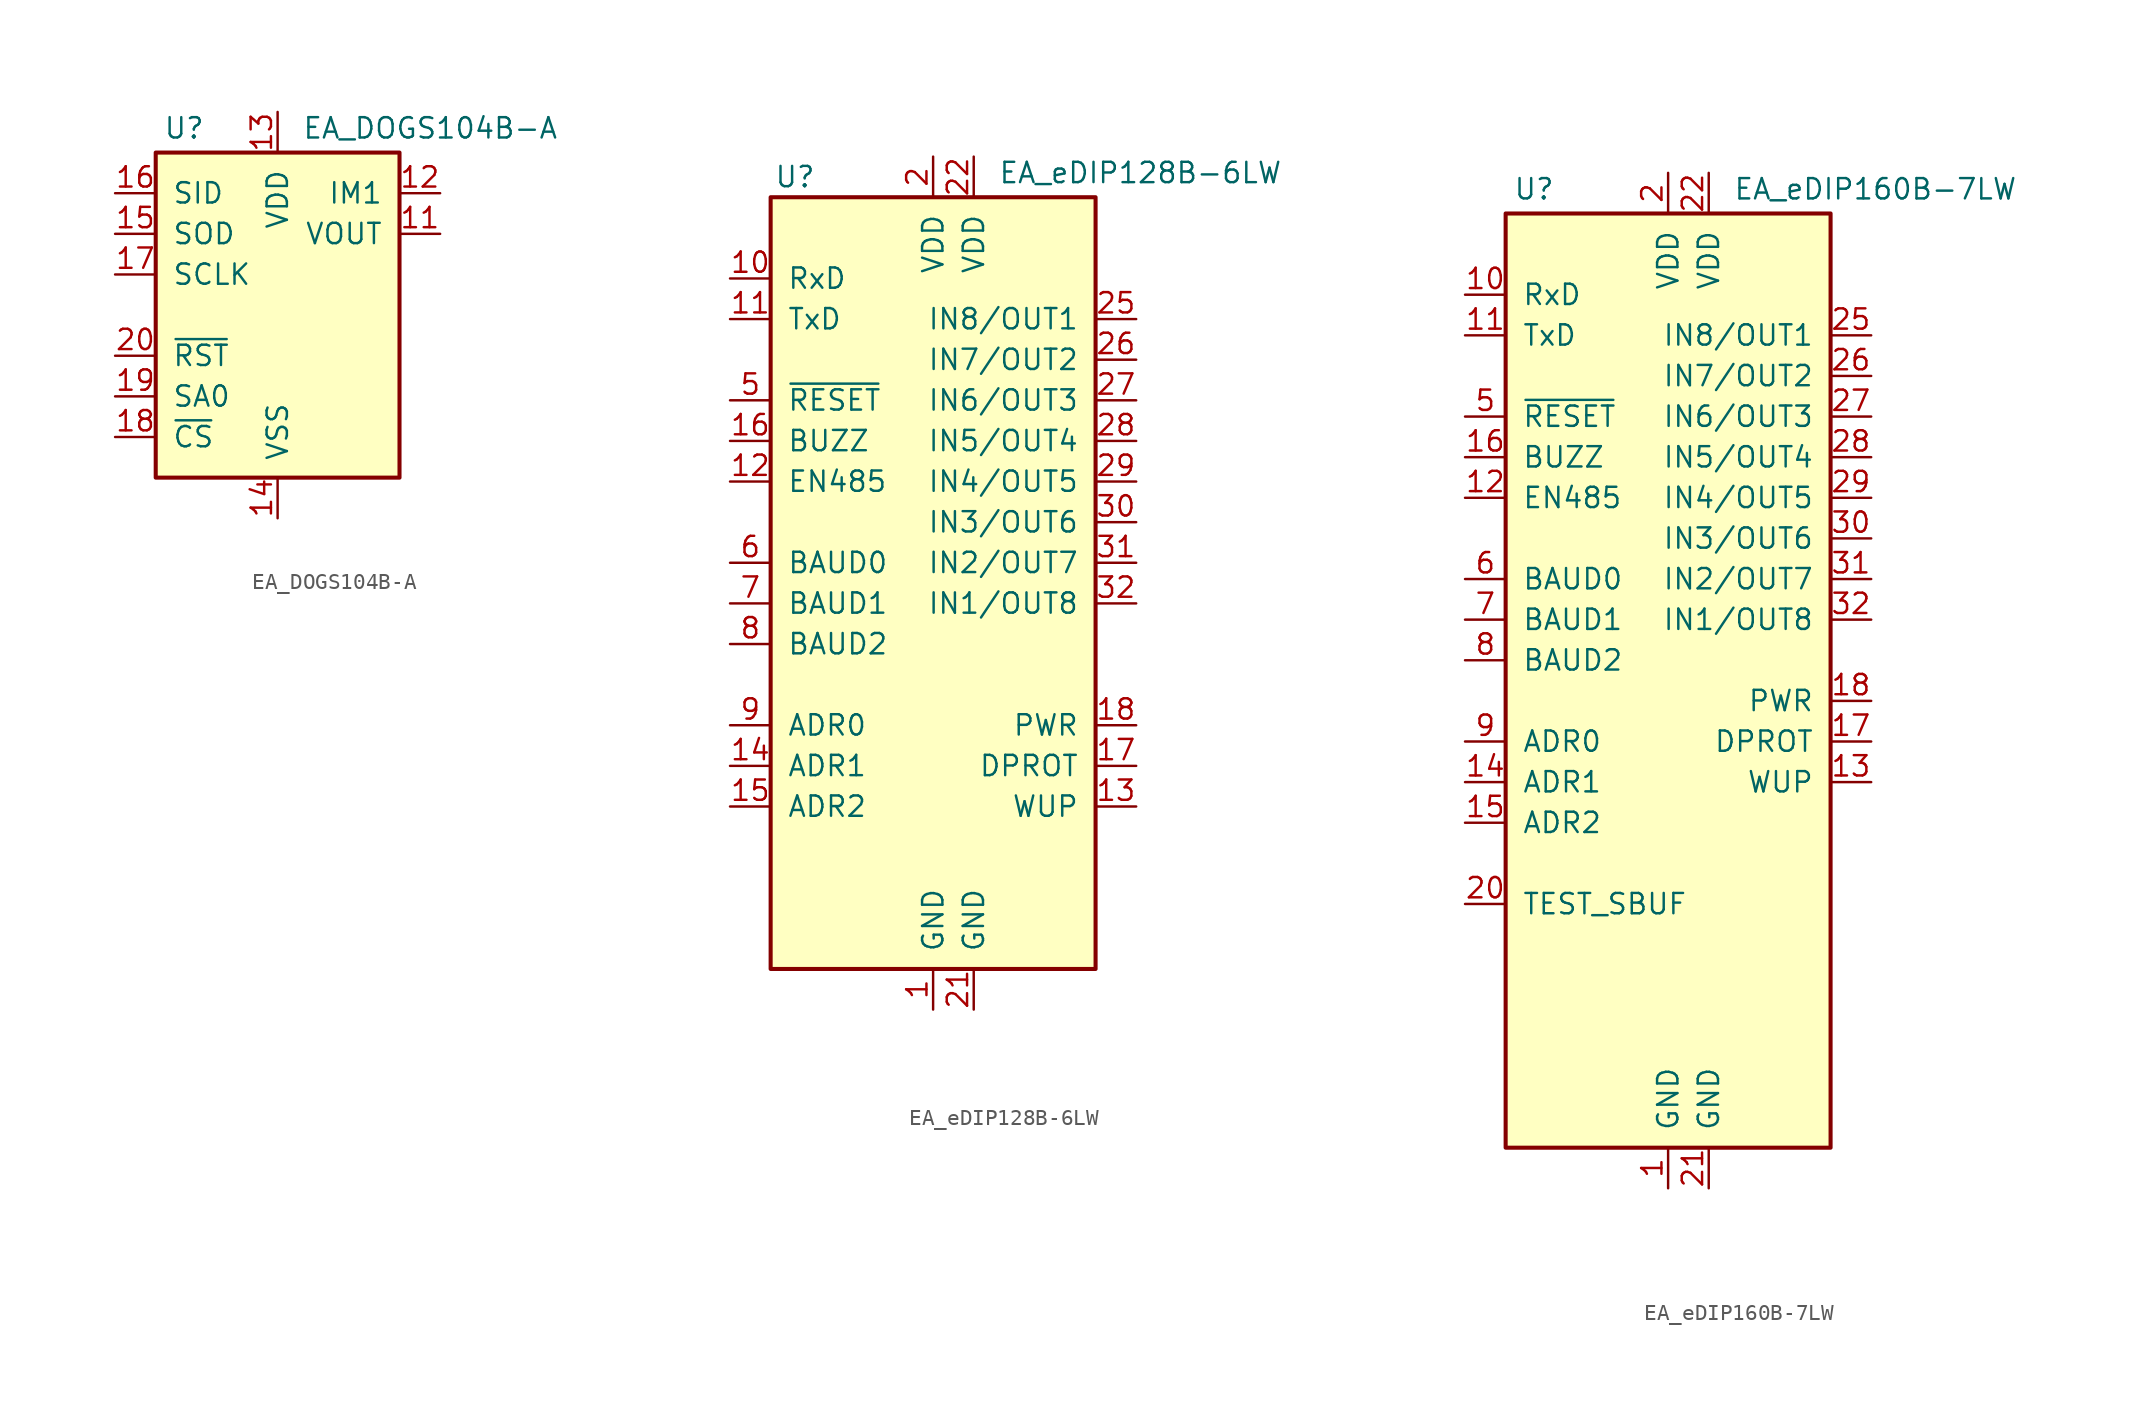
<source format=kicad_sym>
(kicad_symbol_lib
  (version 20200908)
  (generator kicad_symbol_editor)
  (symbol "Display_Graphic:EA_DOGS104B-A"
    (pin_names
      (offset 1.016))
    (property "Reference" "U"
      (at -5.842 11.684 0)
      (effects (font (size 1.27 1.27))))
    (property "Value" "EA_DOGS104B-A"
      (at 1.524 11.684 0)
      (effects (font (size 1.27 1.27)) (justify left)))
    (symbol "EA_DOGS104B-A_0_1"
      (rectangle (start -7.62 10.16) (end 7.62 -10.16) (stroke (width 0.254)) (fill (type background))))
    (symbol "EA_DOGS104B-A_1_1"
      (pin unconnected line (at 7.62 0 180) (length 2.54) hide (name "NC" (effects (font (size 1.27 1.27)))) (number "1" (effects (font (size 1.27 1.27)))))
      (pin unconnected line (at 7.62 -7.62 180) (length 2.54) hide (name "NC" (effects (font (size 1.27 1.27)))) (number "10" (effects (font (size 1.27 1.27)))))
      (pin output line (at 10.16 5.08 180) (length 2.54) (name "VOUT" (effects (font (size 1.27 1.27)))) (number "11" (effects (font (size 1.27 1.27)))))
      (pin input line (at 10.16 7.62 180) (length 2.54) (name "IM1" (effects (font (size 1.27 1.27)))) (number "12" (effects (font (size 1.27 1.27)))))
      (pin power_in line (at 0 12.7 270) (length 2.54) (name "VDD" (effects (font (size 1.27 1.27)))) (number "13" (effects (font (size 1.27 1.27)))))
      (pin power_in line (at 0 -12.7 90) (length 2.54) (name "VSS" (effects (font (size 1.27 1.27)))) (number "14" (effects (font (size 1.27 1.27)))))
      (pin output line (at -10.16 5.08 0) (length 2.54) (name "SOD" (effects (font (size 1.27 1.27)))) (number "15" (effects (font (size 1.27 1.27)))))
      (pin input line (at -10.16 7.62 0) (length 2.54) (name "SID" (effects (font (size 1.27 1.27)))) (number "16" (effects (font (size 1.27 1.27)))))
      (pin input line (at -10.16 2.54 0) (length 2.54) (name "SCLK" (effects (font (size 1.27 1.27)))) (number "17" (effects (font (size 1.27 1.27)))))
      (pin input line (at -10.16 -7.62 0) (length 2.54) (name "~CS" (effects (font (size 1.27 1.27)))) (number "18" (effects (font (size 1.27 1.27)))))
      (pin input line (at -10.16 -5.08 0) (length 2.54) (name "SA0" (effects (font (size 1.27 1.27)))) (number "19" (effects (font (size 1.27 1.27)))))
      (pin unconnected line (at 7.62 -2.54 180) (length 2.54) hide (name "NC" (effects (font (size 1.27 1.27)))) (number "2" (effects (font (size 1.27 1.27)))))
      (pin input line (at -10.16 -2.54 0) (length 2.54) (name "~RST" (effects (font (size 1.27 1.27)))) (number "20" (effects (font (size 1.27 1.27)))))
      (pin unconnected line (at 7.62 -5.08 180) (length 2.54) hide (name "NC" (effects (font (size 1.27 1.27)))) (number "9" (effects (font (size 1.27 1.27)))))))
  (symbol "Display_Graphic:EA_eDIP128B-6LW"
    (pin_names
      (offset 1.016))
    (property "Reference" "U"
      (at -8.636 24.13 0)
      (effects (font (size 1.27 1.27))))
    (property "Value" "EA_eDIP128B-6LW"
      (at 4.064 24.384 0)
      (effects (font (size 1.27 1.27)) (justify left)))
    (symbol "EA_eDIP128B-6LW_0_1"
      (rectangle (start -10.16 22.86) (end 10.16 -25.4) (stroke (width 0.254)) (fill (type background))))
    (symbol "EA_eDIP128B-6LW_1_1"
      (pin power_in line (at 0 -27.94 90) (length 2.54) (name "GND" (effects (font (size 1.27 1.27)))) (number "1" (effects (font (size 1.27 1.27)))))
      (pin input line (at -12.7 17.78 0) (length 2.54) (name "RxD" (effects (font (size 1.27 1.27)))) (number "10" (effects (font (size 1.27 1.27)))))
      (pin output line (at -12.7 15.24 0) (length 2.54) (name "TxD" (effects (font (size 1.27 1.27)))) (number "11" (effects (font (size 1.27 1.27)))))
      (pin output line (at -12.7 5.08 0) (length 2.54) (name "EN485" (effects (font (size 1.27 1.27)))) (number "12" (effects (font (size 1.27 1.27)))))
      (pin input line (at 12.7 -15.24 180) (length 2.54) (name "WUP" (effects (font (size 1.27 1.27)))) (number "13" (effects (font (size 1.27 1.27)))))
      (pin input line (at -12.7 -12.7 0) (length 2.54) (name "ADR1" (effects (font (size 1.27 1.27)))) (number "14" (effects (font (size 1.27 1.27)))))
      (pin input line (at -12.7 -15.24 0) (length 2.54) (name "ADR2" (effects (font (size 1.27 1.27)))) (number "15" (effects (font (size 1.27 1.27)))))
      (pin output line (at -12.7 7.62 0) (length 2.54) (name "BUZZ" (effects (font (size 1.27 1.27)))) (number "16" (effects (font (size 1.27 1.27)))))
      (pin input line (at 12.7 -12.7 180) (length 2.54) (name "DPROT" (effects (font (size 1.27 1.27)))) (number "17" (effects (font (size 1.27 1.27)))))
      (pin output line (at 12.7 -10.16 180) (length 2.54) (name "PWR" (effects (font (size 1.27 1.27)))) (number "18" (effects (font (size 1.27 1.27)))))
      (pin unconnected line (at -12.7 -22.86 0) (length 2.54) hide (name "NC" (effects (font (size 1.27 1.27)))) (number "19" (effects (font (size 1.27 1.27)))))
      (pin power_in line (at 0 25.4 270) (length 2.54) (name "VDD" (effects (font (size 1.27 1.27)))) (number "2" (effects (font (size 1.27 1.27)))))
      (pin power_in line (at 2.54 -27.94 90) (length 2.54) (name "GND" (effects (font (size 1.27 1.27)))) (number "21" (effects (font (size 1.27 1.27)))))
      (pin power_in line (at 2.54 25.4 270) (length 2.54) (name "VDD" (effects (font (size 1.27 1.27)))) (number "22" (effects (font (size 1.27 1.27)))))
      (pin unconnected line (at 12.7 -17.78 180) (length 2.54) hide (name "NC" (effects (font (size 1.27 1.27)))) (number "23" (effects (font (size 1.27 1.27)))))
      (pin unconnected line (at 12.7 -20.32 180) (length 2.54) hide (name "NC" (effects (font (size 1.27 1.27)))) (number "24" (effects (font (size 1.27 1.27)))))
      (pin bidirectional line (at 12.7 15.24 180) (length 2.54) (name "IN8/OUT1" (effects (font (size 1.27 1.27)))) (number "25" (effects (font (size 1.27 1.27)))))
      (pin bidirectional line (at 12.7 12.7 180) (length 2.54) (name "IN7/OUT2" (effects (font (size 1.27 1.27)))) (number "26" (effects (font (size 1.27 1.27)))))
      (pin bidirectional line (at 12.7 10.16 180) (length 2.54) (name "IN6/OUT3" (effects (font (size 1.27 1.27)))) (number "27" (effects (font (size 1.27 1.27)))))
      (pin bidirectional line (at 12.7 7.62 180) (length 2.54) (name "IN5/OUT4" (effects (font (size 1.27 1.27)))) (number "28" (effects (font (size 1.27 1.27)))))
      (pin bidirectional line (at 12.7 5.08 180) (length 2.54) (name "IN4/OUT5" (effects (font (size 1.27 1.27)))) (number "29" (effects (font (size 1.27 1.27)))))
      (pin unconnected line (at -12.7 -17.78 0) (length 2.54) hide (name "NC" (effects (font (size 1.27 1.27)))) (number "3" (effects (font (size 1.27 1.27)))))
      (pin bidirectional line (at 12.7 2.54 180) (length 2.54) (name "IN3/OUT6" (effects (font (size 1.27 1.27)))) (number "30" (effects (font (size 1.27 1.27)))))
      (pin bidirectional line (at 12.7 0 180) (length 2.54) (name "IN2/OUT7" (effects (font (size 1.27 1.27)))) (number "31" (effects (font (size 1.27 1.27)))))
      (pin bidirectional line (at 12.7 -2.54 180) (length 2.54) (name "IN1/OUT8" (effects (font (size 1.27 1.27)))) (number "32" (effects (font (size 1.27 1.27)))))
      (pin unconnected line (at -12.7 -20.32 0) (length 2.54) hide (name "NC" (effects (font (size 1.27 1.27)))) (number "4" (effects (font (size 1.27 1.27)))))
      (pin input line (at -12.7 10.16 0) (length 2.54) (name "~RESET" (effects (font (size 1.27 1.27)))) (number "5" (effects (font (size 1.27 1.27)))))
      (pin input line (at -12.7 0 0) (length 2.54) (name "BAUD0" (effects (font (size 1.27 1.27)))) (number "6" (effects (font (size 1.27 1.27)))))
      (pin input line (at -12.7 -2.54 0) (length 2.54) (name "BAUD1" (effects (font (size 1.27 1.27)))) (number "7" (effects (font (size 1.27 1.27)))))
      (pin input line (at -12.7 -5.08 0) (length 2.54) (name "BAUD2" (effects (font (size 1.27 1.27)))) (number "8" (effects (font (size 1.27 1.27)))))
      (pin input line (at -12.7 -10.16 0) (length 2.54) (name "ADR0" (effects (font (size 1.27 1.27)))) (number "9" (effects (font (size 1.27 1.27)))))))
  (symbol "Display_Graphic:EA_eDIP160B-7LW"
    (pin_names
      (offset 1.016))
    (property "Reference" "U"
      (at -8.382 29.464 0)
      (effects (font (size 1.27 1.27))))
    (property "Value" "EA_eDIP160B-7LW"
      (at 4.064 29.464 0)
      (effects (font (size 1.27 1.27)) (justify left)))
    (symbol "EA_eDIP160B-7LW_0_1"
      (rectangle (start -10.16 27.94) (end 10.16 -30.48) (stroke (width 0.254)) (fill (type background))))
    (symbol "EA_eDIP160B-7LW_1_1"
      (pin power_in line (at 0 -33.02 90) (length 2.54) (name "GND" (effects (font (size 1.27 1.27)))) (number "1" (effects (font (size 1.27 1.27)))))
      (pin input line (at -12.7 22.86 0) (length 2.54) (name "RxD" (effects (font (size 1.27 1.27)))) (number "10" (effects (font (size 1.27 1.27)))))
      (pin output line (at -12.7 20.32 0) (length 2.54) (name "TxD" (effects (font (size 1.27 1.27)))) (number "11" (effects (font (size 1.27 1.27)))))
      (pin output line (at -12.7 10.16 0) (length 2.54) (name "EN485" (effects (font (size 1.27 1.27)))) (number "12" (effects (font (size 1.27 1.27)))))
      (pin input line (at 12.7 -7.62 180) (length 2.54) (name "WUP" (effects (font (size 1.27 1.27)))) (number "13" (effects (font (size 1.27 1.27)))))
      (pin input line (at -12.7 -7.62 0) (length 2.54) (name "ADR1" (effects (font (size 1.27 1.27)))) (number "14" (effects (font (size 1.27 1.27)))))
      (pin input line (at -12.7 -10.16 0) (length 2.54) (name "ADR2" (effects (font (size 1.27 1.27)))) (number "15" (effects (font (size 1.27 1.27)))))
      (pin output line (at -12.7 12.7 0) (length 2.54) (name "BUZZ" (effects (font (size 1.27 1.27)))) (number "16" (effects (font (size 1.27 1.27)))))
      (pin input line (at 12.7 -5.08 180) (length 2.54) (name "DPROT" (effects (font (size 1.27 1.27)))) (number "17" (effects (font (size 1.27 1.27)))))
      (pin output line (at 12.7 -2.54 180) (length 2.54) (name "PWR" (effects (font (size 1.27 1.27)))) (number "18" (effects (font (size 1.27 1.27)))))
      (pin unconnected line (at -10.16 -22.86 0) (length 2.54) hide (name "NC" (effects (font (size 1.27 1.27)))) (number "19" (effects (font (size 1.27 1.27)))))
      (pin power_in line (at 0 30.48 270) (length 2.54) (name "VDD" (effects (font (size 1.27 1.27)))) (number "2" (effects (font (size 1.27 1.27)))))
      (pin open_collector line (at -12.7 -15.24 0) (length 2.54) (name "TEST_SBUF" (effects (font (size 1.27 1.27)))) (number "20" (effects (font (size 1.27 1.27)))))
      (pin power_in line (at 2.54 -33.02 90) (length 2.54) (name "GND" (effects (font (size 1.27 1.27)))) (number "21" (effects (font (size 1.27 1.27)))))
      (pin power_in line (at 2.54 30.48 270) (length 2.54) (name "VDD" (effects (font (size 1.27 1.27)))) (number "22" (effects (font (size 1.27 1.27)))))
      (pin unconnected line (at -10.16 -25.4 0) (length 2.54) hide (name "NC" (effects (font (size 1.27 1.27)))) (number "23" (effects (font (size 1.27 1.27)))))
      (pin unconnected line (at -10.16 -27.94 0) (length 2.54) hide (name "NC" (effects (font (size 1.27 1.27)))) (number "24" (effects (font (size 1.27 1.27)))))
      (pin bidirectional line (at 12.7 20.32 180) (length 2.54) (name "IN8/OUT1" (effects (font (size 1.27 1.27)))) (number "25" (effects (font (size 1.27 1.27)))))
      (pin bidirectional line (at 12.7 17.78 180) (length 2.54) (name "IN7/OUT2" (effects (font (size 1.27 1.27)))) (number "26" (effects (font (size 1.27 1.27)))))
      (pin bidirectional line (at 12.7 15.24 180) (length 2.54) (name "IN6/OUT3" (effects (font (size 1.27 1.27)))) (number "27" (effects (font (size 1.27 1.27)))))
      (pin bidirectional line (at 12.7 12.7 180) (length 2.54) (name "IN5/OUT4" (effects (font (size 1.27 1.27)))) (number "28" (effects (font (size 1.27 1.27)))))
      (pin bidirectional line (at 12.7 10.16 180) (length 2.54) (name "IN4/OUT5" (effects (font (size 1.27 1.27)))) (number "29" (effects (font (size 1.27 1.27)))))
      (pin unconnected line (at -10.16 -17.78 0) (length 2.54) hide (name "NC" (effects (font (size 1.27 1.27)))) (number "3" (effects (font (size 1.27 1.27)))))
      (pin bidirectional line (at 12.7 7.62 180) (length 2.54) (name "IN3/OUT6" (effects (font (size 1.27 1.27)))) (number "30" (effects (font (size 1.27 1.27)))))
      (pin bidirectional line (at 12.7 5.08 180) (length 2.54) (name "IN2/OUT7" (effects (font (size 1.27 1.27)))) (number "31" (effects (font (size 1.27 1.27)))))
      (pin bidirectional line (at 12.7 2.54 180) (length 2.54) (name "IN1/OUT8" (effects (font (size 1.27 1.27)))) (number "32" (effects (font (size 1.27 1.27)))))
      (pin unconnected line (at 10.16 -10.16 180) (length 2.54) hide (name "NC" (effects (font (size 1.27 1.27)))) (number "33" (effects (font (size 1.27 1.27)))))
      (pin unconnected line (at 10.16 -12.7 180) (length 2.54) hide (name "NC" (effects (font (size 1.27 1.27)))) (number "34" (effects (font (size 1.27 1.27)))))
      (pin unconnected line (at 10.16 -15.24 180) (length 2.54) hide (name "NC" (effects (font (size 1.27 1.27)))) (number "35" (effects (font (size 1.27 1.27)))))
      (pin unconnected line (at 10.16 -17.78 180) (length 2.54) hide (name "NC" (effects (font (size 1.27 1.27)))) (number "36" (effects (font (size 1.27 1.27)))))
      (pin unconnected line (at 10.16 -20.32 180) (length 2.54) hide (name "NC" (effects (font (size 1.27 1.27)))) (number "37" (effects (font (size 1.27 1.27)))))
      (pin unconnected line (at 10.16 -22.86 180) (length 2.54) hide (name "NC" (effects (font (size 1.27 1.27)))) (number "38" (effects (font (size 1.27 1.27)))))
      (pin unconnected line (at 10.16 -25.4 180) (length 2.54) hide (name "NC" (effects (font (size 1.27 1.27)))) (number "39" (effects (font (size 1.27 1.27)))))
      (pin unconnected line (at -10.16 -20.32 0) (length 2.54) hide (name "NC" (effects (font (size 1.27 1.27)))) (number "4" (effects (font (size 1.27 1.27)))))
      (pin unconnected line (at 10.16 -27.94 180) (length 2.54) hide (name "NC" (effects (font (size 1.27 1.27)))) (number "40" (effects (font (size 1.27 1.27)))))
      (pin input line (at -12.7 15.24 0) (length 2.54) (name "~RESET" (effects (font (size 1.27 1.27)))) (number "5" (effects (font (size 1.27 1.27)))))
      (pin input line (at -12.7 5.08 0) (length 2.54) (name "BAUD0" (effects (font (size 1.27 1.27)))) (number "6" (effects (font (size 1.27 1.27)))))
      (pin input line (at -12.7 2.54 0) (length 2.54) (name "BAUD1" (effects (font (size 1.27 1.27)))) (number "7" (effects (font (size 1.27 1.27)))))
      (pin input line (at -12.7 0 0) (length 2.54) (name "BAUD2" (effects (font (size 1.27 1.27)))) (number "8" (effects (font (size 1.27 1.27)))))
      (pin input line (at -12.7 -5.08 0) (length 2.54) (name "ADR0" (effects (font (size 1.27 1.27)))) (number "9" (effects (font (size 1.27 1.27))))))))
</source>
